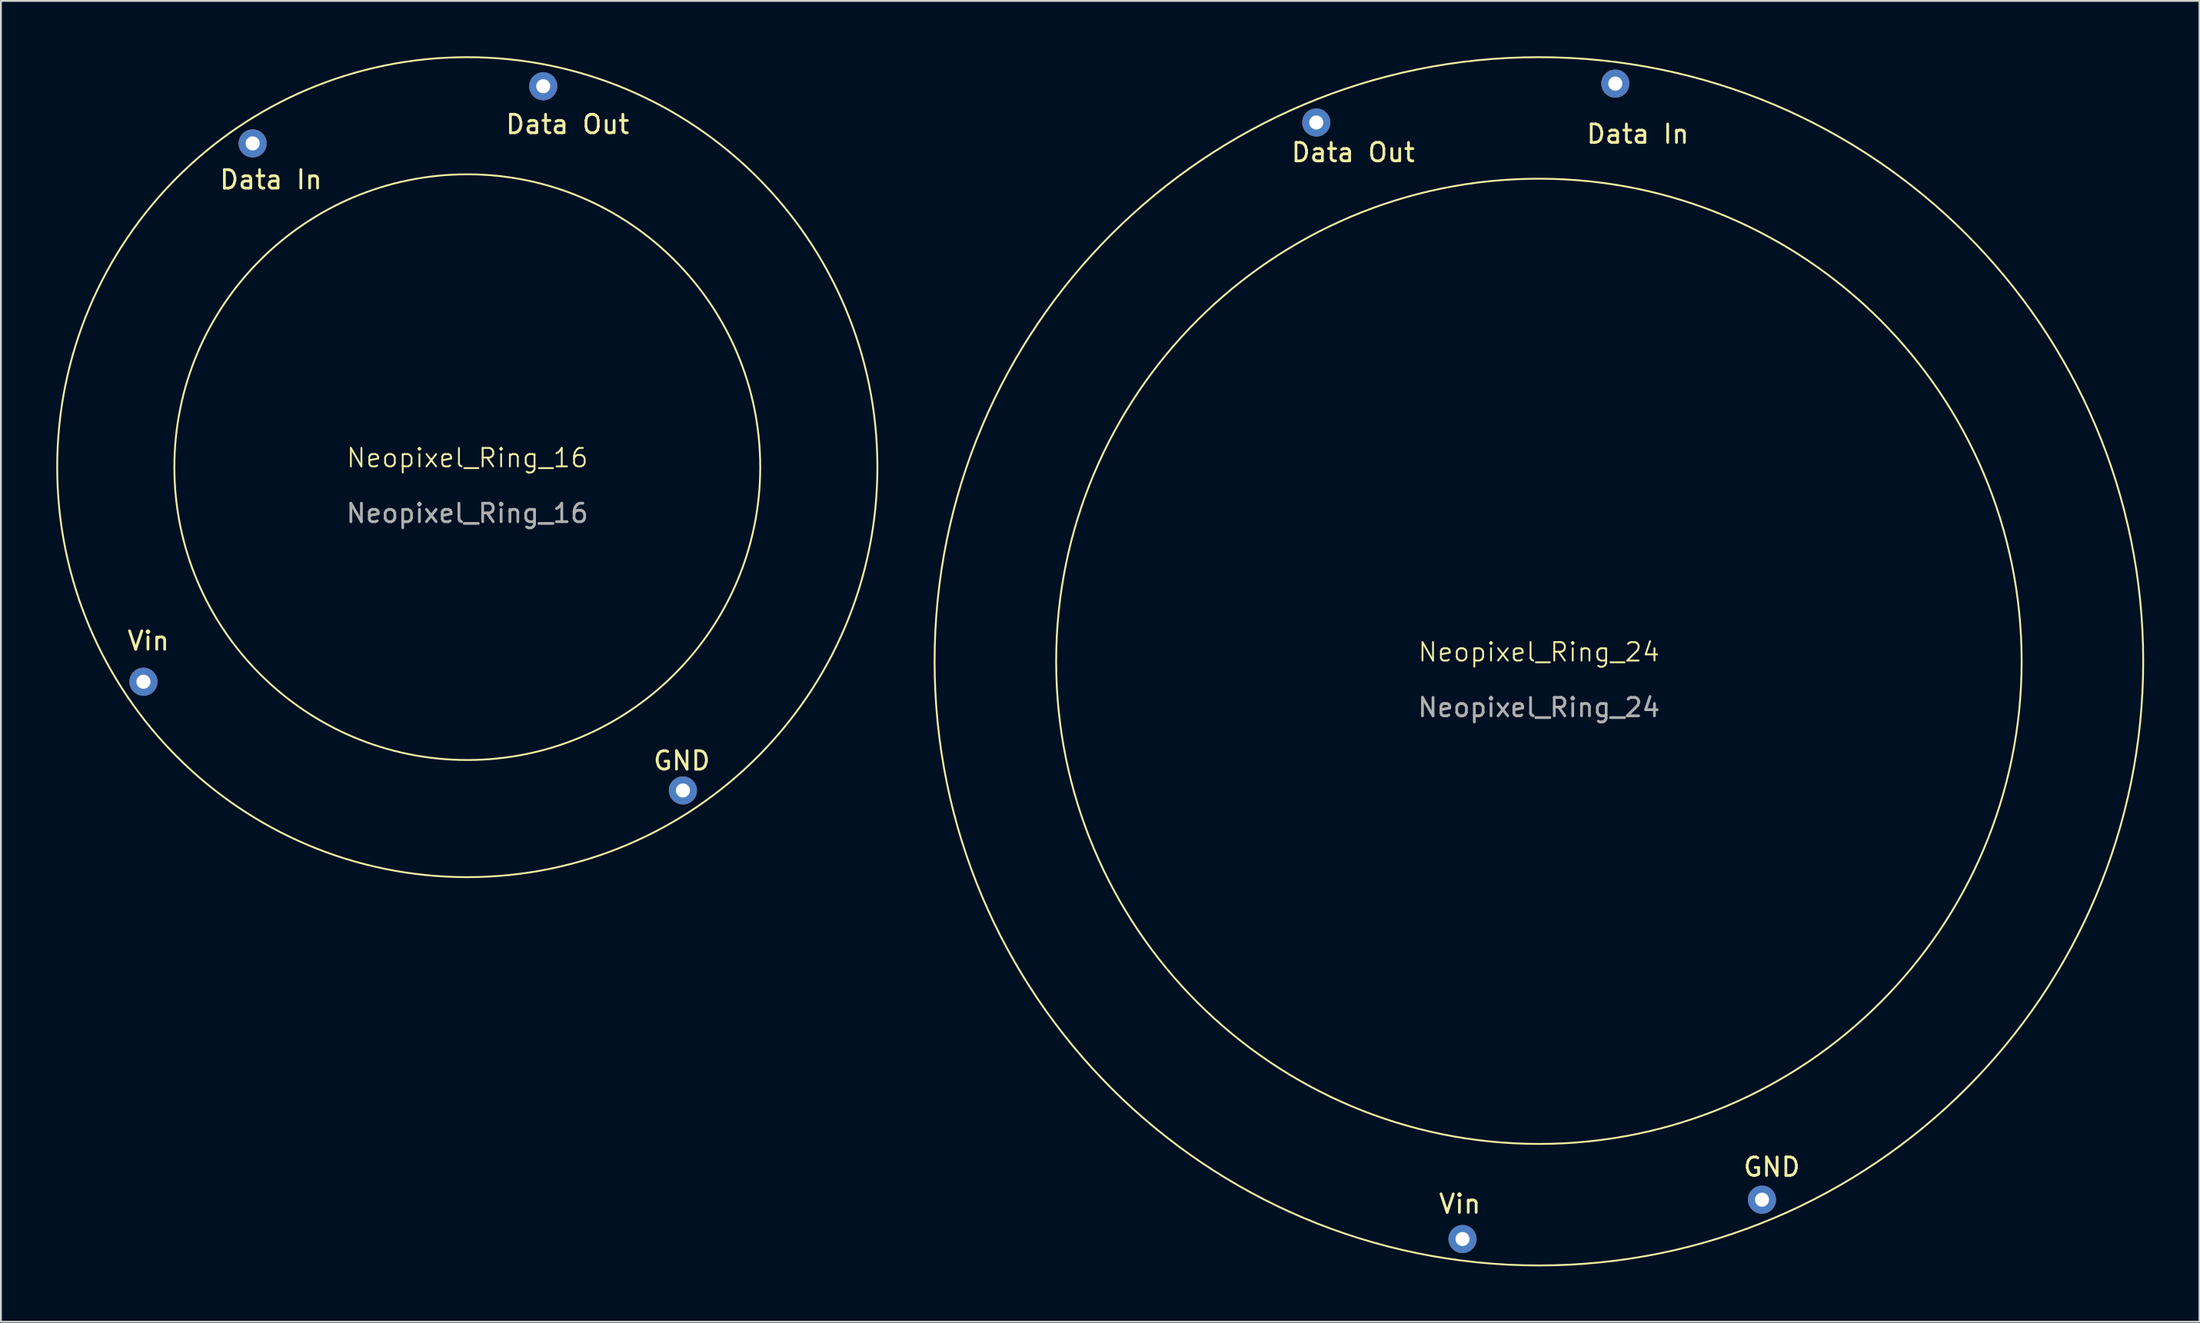
<source format=kicad_pcb>
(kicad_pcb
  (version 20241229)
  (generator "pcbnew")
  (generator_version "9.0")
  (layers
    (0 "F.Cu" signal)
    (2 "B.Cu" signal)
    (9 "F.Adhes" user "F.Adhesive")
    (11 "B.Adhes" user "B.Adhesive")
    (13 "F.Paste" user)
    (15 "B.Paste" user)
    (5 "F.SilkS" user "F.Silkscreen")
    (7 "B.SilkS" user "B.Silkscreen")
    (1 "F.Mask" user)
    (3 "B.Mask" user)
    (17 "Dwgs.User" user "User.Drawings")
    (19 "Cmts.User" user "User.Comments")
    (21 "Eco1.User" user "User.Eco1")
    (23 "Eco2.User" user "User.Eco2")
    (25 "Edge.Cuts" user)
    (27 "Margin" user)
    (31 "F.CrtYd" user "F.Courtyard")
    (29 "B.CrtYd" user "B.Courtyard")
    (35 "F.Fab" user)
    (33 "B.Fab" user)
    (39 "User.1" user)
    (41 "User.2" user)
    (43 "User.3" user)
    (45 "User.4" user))
  (footprint "Neopixel_Ring_16"
    (layer "F.Cu")
    (at 22.275 22.275)
    (property "Reference" "Neopixel_Ring_16" (at 0 -0.5 0) (unlocked yes) (layer "F.SilkS") (effects (font (size 1 1) (thickness 0.1))))
    (attr through_hole)
    (fp_circle (center 0 0) (end 15.875 0) (stroke (width 0.1) (type default)) (fill no) (layer "F.SilkS"))
    (fp_circle (center 0 0) (end 22.225 0) (stroke (width 0.1) (type default)) (fill no) (layer "F.SilkS"))
    (fp_text user "GND" (at 10 16.5 0) (unlocked yes) (layer "F.SilkS") (effects (font (size 1 1) (thickness 0.15)) (justify left bottom)))
    (fp_text user "Data Out" (at 2 -18 0) (unlocked yes) (layer "F.SilkS") (effects (font (size 1 1) (thickness 0.15)) (justify left bottom)))
    (fp_text user "Data In" (at -13.5 -15 0) (unlocked yes) (layer "F.SilkS") (effects (font (size 1 1) (thickness 0.15)) (justify left bottom)))
    (fp_text user "Vin" (at -18.5 10 0) (unlocked yes) (layer "F.SilkS") (effects (font (size 1 1) (thickness 0.15)) (justify left bottom)))
    (fp_text user "${REFERENCE}" (at 0 2.5 0) (unlocked yes) (layer "F.Fab") (effects (font (size 1 1) (thickness 0.15))))
    (pad "1" thru_hole circle (at -11.633 -17.551) (size 1.524 1.524) (drill 0.762) (layers "*.Cu" "*.Mask"))
    (pad "2" thru_hole circle (at 4.115 -20.65) (size 1.524 1.524) (drill 0.762) (layers "*.Cu" "*.Mask"))
    (pad "3" thru_hole circle (at -17.551 11.633) (size 1.524 1.524) (drill 0.762) (layers "*.Cu" "*.Mask"))
    (pad "4" thru_hole circle (at 11.684 17.526) (size 1.524 1.524) (drill 0.762) (layers "*.Cu" "*.Mask")))
  (footprint "Neopixel_Ring_24"
    (layer "F.Cu")
    (at 80.35 32.8)
    (property "Reference" "Neopixel_Ring_24" (at 0 -0.5 0) (unlocked yes) (layer "F.SilkS") (effects (font (size 1 1) (thickness 0.1))))
    (attr through_hole)
    (fp_circle (center 0 0) (end 26.162 0) (stroke (width 0.1) (type default)) (fill no) (layer "F.SilkS"))
    (fp_circle (center 0 0) (end 32.75 0) (stroke (width 0.1) (type default)) (fill no) (layer "F.SilkS"))
    (fp_text user "Data In" (at 2.5 -28 0) (unlocked yes) (layer "F.SilkS") (effects (font (size 1 1) (thickness 0.15)) (justify left bottom)))
    (fp_text user "GND" (at 11 28 0) (unlocked yes) (layer "F.SilkS") (effects (font (size 1 1) (thickness 0.15)) (justify left bottom)))
    (fp_text user "Data Out" (at -13.5 -27 0) (unlocked yes) (layer "F.SilkS") (effects (font (size 1 1) (thickness 0.15)) (justify left bottom)))
    (fp_text user "Vin" (at -5.5 30 0) (unlocked yes) (layer "F.SilkS") (effects (font (size 1 1) (thickness 0.15)) (justify left bottom)))
    (fp_text user "${REFERENCE}" (at 0 2.5 0) (unlocked yes) (layer "F.Fab") (effects (font (size 1 1) (thickness 0.15))))
    (pad "1" thru_hole circle (at 4.14 -31.318) (size 1.524 1.524) (drill 0.762) (layers "*.Cu" "*.Mask"))
    (pad "2" thru_hole circle (at -12.065 -29.21) (size 1.524 1.524) (drill 0.762) (layers "*.Cu" "*.Mask"))
    (pad "3" thru_hole circle (at -4.14 31.318) (size 1.524 1.524) (drill 0.762) (layers "*.Cu" "*.Mask"))
    (pad "4" thru_hole circle (at 12.09 29.185) (size 1.524 1.524) (drill 0.762) (layers "*.Cu" "*.Mask")))
  (gr_rect
    (start -3 -3)
    (end 116.15 68.6)
    (stroke (width 0.1) (type default))
    (fill no)
    (layer "Edge.Cuts")))
</source>
